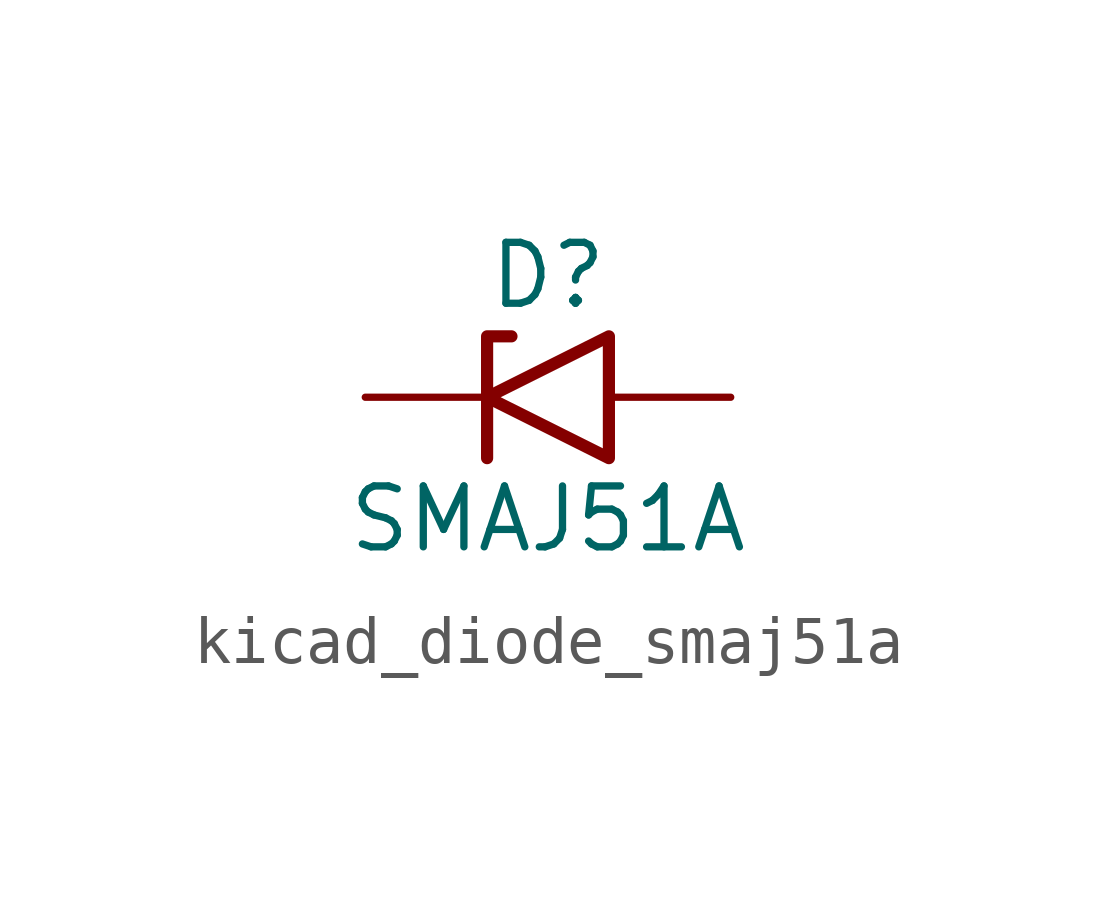
<source format=kicad_sym>
(kicad_symbol_lib
  (version 20220914)
  (generator kicad_symbol_editor)
  (symbol "kicad_diode_smaj51a"
    (pin_numbers hide)
    (pin_names
      (offset 1.016) hide)
    (property "Reference" "D"
      (at 0 2.54 0)
      (effects (font (size 1.27 1.27))))
    (property "Value" "SMAJ51A"
      (at 0 -2.54 0)
      (effects (font (size 1.27 1.27))))
    (symbol "kicad_diode_smaj51a_0_1"
      (polyline (pts (xy -0.762 1.27) (xy -1.27 1.27) (xy -1.27 -1.27)) (stroke (width 0.254) (type default)) (fill (type none)))
      (polyline (pts (xy 1.27 1.27) (xy 1.27 -1.27) (xy -1.27 0) (xy 1.27 1.27)) (stroke (width 0.254) (type default)) (fill (type none))))
    (symbol "kicad_diode_smaj51a_1_1"
      (pin passive line (at -3.81 0 0) (length 2.54) (name "A1" (effects (font (size 1.27 1.27)))) (number "1" (effects (font (size 1.27 1.27)))))
      (pin passive line (at 3.81 0 180) (length 2.54) (name "A2" (effects (font (size 1.27 1.27)))) (number "2" (effects (font (size 1.27 1.27))))))))
</source>
